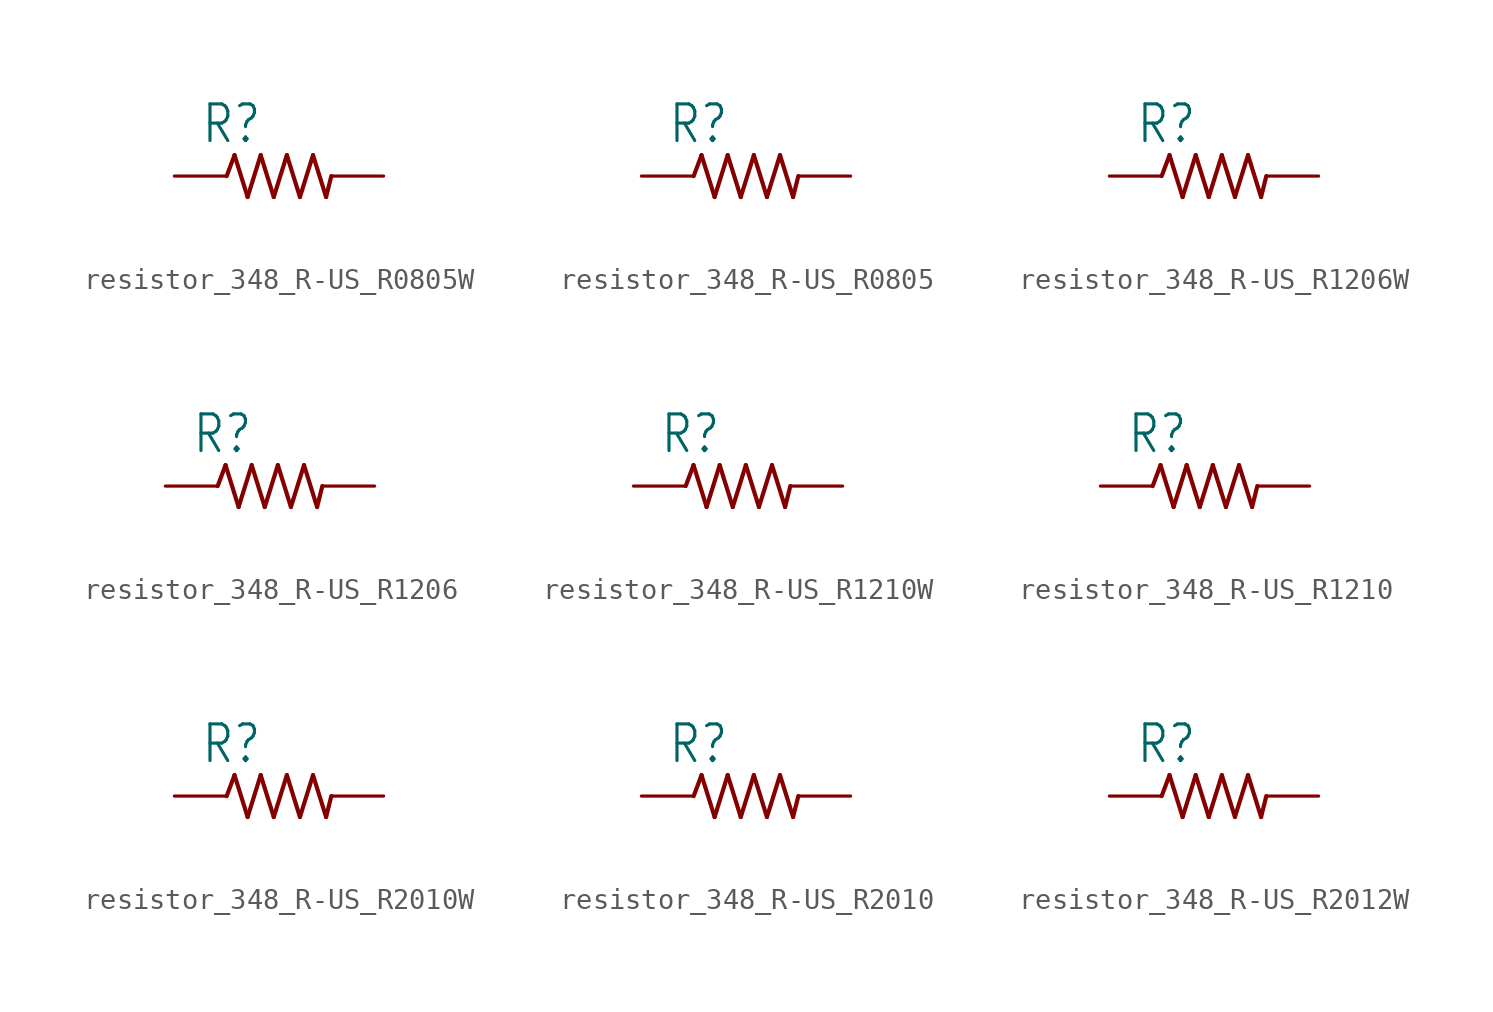
<source format=kicad_sym>
(kicad_symbol_lib
  (version 20241209)
  (generator "kicad_symbol_editor")
  (generator_version "9.0")
  (symbol "resistor_348_R-US_R0805W"
    (property "Reference" "R"
      (at -3.81 1.499 0)
      (effects (font (size 1.778 1.511)) (justify left bottom)))
    (property "Value" ""
      (at -3.81 -3.302 0)
      (effects (font (size 1.778 1.511)) (justify left bottom)))
    (property "ki_locked" ""
      (at 0 0 0)
      (effects (font (size 1.27 1.27))))
    (symbol "resistor_348_R-US_R0805W_1_0"
      (polyline (pts (xy -2.54 0) (xy -2.159 1.016)) (stroke (width 0.203) (type solid)) (fill (type none)))
      (polyline (pts (xy -2.159 1.016) (xy -1.524 -1.016)) (stroke (width 0.203) (type solid)) (fill (type none)))
      (polyline (pts (xy -1.524 -1.016) (xy -0.889 1.016)) (stroke (width 0.203) (type solid)) (fill (type none)))
      (polyline (pts (xy -0.889 1.016) (xy -0.254 -1.016)) (stroke (width 0.203) (type solid)) (fill (type none)))
      (polyline (pts (xy -0.254 -1.016) (xy 0.381 1.016)) (stroke (width 0.203) (type solid)) (fill (type none)))
      (polyline (pts (xy 0.381 1.016) (xy 1.016 -1.016)) (stroke (width 0.203) (type solid)) (fill (type none)))
      (polyline (pts (xy 1.016 -1.016) (xy 1.651 1.016)) (stroke (width 0.203) (type solid)) (fill (type none)))
      (polyline (pts (xy 1.651 1.016) (xy 2.286 -1.016)) (stroke (width 0.203) (type solid)) (fill (type none)))
      (polyline (pts (xy 2.286 -1.016) (xy 2.54 0)) (stroke (width 0.203) (type solid)) (fill (type none)))
      (pin passive line (at -5.08 0 0) (length 2.54) (name "1" (effects (font (size 0 0)))) (number "1" (effects (font (size 0 0)))))
      (pin passive line (at 5.08 0 180) (length 2.54) (name "2" (effects (font (size 0 0)))) (number "2" (effects (font (size 0 0)))))))
  (symbol "resistor_348_R-US_R0805"
    (property "Reference" "R"
      (at -3.81 1.499 0)
      (effects (font (size 1.778 1.511)) (justify left bottom)))
    (property "Value" ""
      (at -3.81 -3.302 0)
      (effects (font (size 1.778 1.511)) (justify left bottom)))
    (property "ki_locked" ""
      (at 0 0 0)
      (effects (font (size 1.27 1.27))))
    (symbol "resistor_348_R-US_R0805_1_0"
      (polyline (pts (xy -2.54 0) (xy -2.159 1.016)) (stroke (width 0.203) (type solid)) (fill (type none)))
      (polyline (pts (xy -2.159 1.016) (xy -1.524 -1.016)) (stroke (width 0.203) (type solid)) (fill (type none)))
      (polyline (pts (xy -1.524 -1.016) (xy -0.889 1.016)) (stroke (width 0.203) (type solid)) (fill (type none)))
      (polyline (pts (xy -0.889 1.016) (xy -0.254 -1.016)) (stroke (width 0.203) (type solid)) (fill (type none)))
      (polyline (pts (xy -0.254 -1.016) (xy 0.381 1.016)) (stroke (width 0.203) (type solid)) (fill (type none)))
      (polyline (pts (xy 0.381 1.016) (xy 1.016 -1.016)) (stroke (width 0.203) (type solid)) (fill (type none)))
      (polyline (pts (xy 1.016 -1.016) (xy 1.651 1.016)) (stroke (width 0.203) (type solid)) (fill (type none)))
      (polyline (pts (xy 1.651 1.016) (xy 2.286 -1.016)) (stroke (width 0.203) (type solid)) (fill (type none)))
      (polyline (pts (xy 2.286 -1.016) (xy 2.54 0)) (stroke (width 0.203) (type solid)) (fill (type none)))
      (pin passive line (at -5.08 0 0) (length 2.54) (name "1" (effects (font (size 0 0)))) (number "1" (effects (font (size 0 0)))))
      (pin passive line (at 5.08 0 180) (length 2.54) (name "2" (effects (font (size 0 0)))) (number "2" (effects (font (size 0 0)))))))
  (symbol "resistor_348_R-US_R1206W"
    (property "Reference" "R"
      (at -3.81 1.499 0)
      (effects (font (size 1.778 1.511)) (justify left bottom)))
    (property "Value" ""
      (at -3.81 -3.302 0)
      (effects (font (size 1.778 1.511)) (justify left bottom)))
    (property "ki_locked" ""
      (at 0 0 0)
      (effects (font (size 1.27 1.27))))
    (symbol "resistor_348_R-US_R1206W_1_0"
      (polyline (pts (xy -2.54 0) (xy -2.159 1.016)) (stroke (width 0.203) (type solid)) (fill (type none)))
      (polyline (pts (xy -2.159 1.016) (xy -1.524 -1.016)) (stroke (width 0.203) (type solid)) (fill (type none)))
      (polyline (pts (xy -1.524 -1.016) (xy -0.889 1.016)) (stroke (width 0.203) (type solid)) (fill (type none)))
      (polyline (pts (xy -0.889 1.016) (xy -0.254 -1.016)) (stroke (width 0.203) (type solid)) (fill (type none)))
      (polyline (pts (xy -0.254 -1.016) (xy 0.381 1.016)) (stroke (width 0.203) (type solid)) (fill (type none)))
      (polyline (pts (xy 0.381 1.016) (xy 1.016 -1.016)) (stroke (width 0.203) (type solid)) (fill (type none)))
      (polyline (pts (xy 1.016 -1.016) (xy 1.651 1.016)) (stroke (width 0.203) (type solid)) (fill (type none)))
      (polyline (pts (xy 1.651 1.016) (xy 2.286 -1.016)) (stroke (width 0.203) (type solid)) (fill (type none)))
      (polyline (pts (xy 2.286 -1.016) (xy 2.54 0)) (stroke (width 0.203) (type solid)) (fill (type none)))
      (pin passive line (at -5.08 0 0) (length 2.54) (name "1" (effects (font (size 0 0)))) (number "1" (effects (font (size 0 0)))))
      (pin passive line (at 5.08 0 180) (length 2.54) (name "2" (effects (font (size 0 0)))) (number "2" (effects (font (size 0 0)))))))
  (symbol "resistor_348_R-US_R1206"
    (property "Reference" "R"
      (at -3.81 1.499 0)
      (effects (font (size 1.778 1.511)) (justify left bottom)))
    (property "Value" ""
      (at -3.81 -3.302 0)
      (effects (font (size 1.778 1.511)) (justify left bottom)))
    (property "ki_locked" ""
      (at 0 0 0)
      (effects (font (size 1.27 1.27))))
    (symbol "resistor_348_R-US_R1206_1_0"
      (polyline (pts (xy -2.54 0) (xy -2.159 1.016)) (stroke (width 0.203) (type solid)) (fill (type none)))
      (polyline (pts (xy -2.159 1.016) (xy -1.524 -1.016)) (stroke (width 0.203) (type solid)) (fill (type none)))
      (polyline (pts (xy -1.524 -1.016) (xy -0.889 1.016)) (stroke (width 0.203) (type solid)) (fill (type none)))
      (polyline (pts (xy -0.889 1.016) (xy -0.254 -1.016)) (stroke (width 0.203) (type solid)) (fill (type none)))
      (polyline (pts (xy -0.254 -1.016) (xy 0.381 1.016)) (stroke (width 0.203) (type solid)) (fill (type none)))
      (polyline (pts (xy 0.381 1.016) (xy 1.016 -1.016)) (stroke (width 0.203) (type solid)) (fill (type none)))
      (polyline (pts (xy 1.016 -1.016) (xy 1.651 1.016)) (stroke (width 0.203) (type solid)) (fill (type none)))
      (polyline (pts (xy 1.651 1.016) (xy 2.286 -1.016)) (stroke (width 0.203) (type solid)) (fill (type none)))
      (polyline (pts (xy 2.286 -1.016) (xy 2.54 0)) (stroke (width 0.203) (type solid)) (fill (type none)))
      (pin passive line (at -5.08 0 0) (length 2.54) (name "1" (effects (font (size 0 0)))) (number "1" (effects (font (size 0 0)))))
      (pin passive line (at 5.08 0 180) (length 2.54) (name "2" (effects (font (size 0 0)))) (number "2" (effects (font (size 0 0)))))))
  (symbol "resistor_348_R-US_R1210W"
    (property "Reference" "R"
      (at -3.81 1.499 0)
      (effects (font (size 1.778 1.511)) (justify left bottom)))
    (property "Value" ""
      (at -3.81 -3.302 0)
      (effects (font (size 1.778 1.511)) (justify left bottom)))
    (property "ki_locked" ""
      (at 0 0 0)
      (effects (font (size 1.27 1.27))))
    (symbol "resistor_348_R-US_R1210W_1_0"
      (polyline (pts (xy -2.54 0) (xy -2.159 1.016)) (stroke (width 0.203) (type solid)) (fill (type none)))
      (polyline (pts (xy -2.159 1.016) (xy -1.524 -1.016)) (stroke (width 0.203) (type solid)) (fill (type none)))
      (polyline (pts (xy -1.524 -1.016) (xy -0.889 1.016)) (stroke (width 0.203) (type solid)) (fill (type none)))
      (polyline (pts (xy -0.889 1.016) (xy -0.254 -1.016)) (stroke (width 0.203) (type solid)) (fill (type none)))
      (polyline (pts (xy -0.254 -1.016) (xy 0.381 1.016)) (stroke (width 0.203) (type solid)) (fill (type none)))
      (polyline (pts (xy 0.381 1.016) (xy 1.016 -1.016)) (stroke (width 0.203) (type solid)) (fill (type none)))
      (polyline (pts (xy 1.016 -1.016) (xy 1.651 1.016)) (stroke (width 0.203) (type solid)) (fill (type none)))
      (polyline (pts (xy 1.651 1.016) (xy 2.286 -1.016)) (stroke (width 0.203) (type solid)) (fill (type none)))
      (polyline (pts (xy 2.286 -1.016) (xy 2.54 0)) (stroke (width 0.203) (type solid)) (fill (type none)))
      (pin passive line (at -5.08 0 0) (length 2.54) (name "1" (effects (font (size 0 0)))) (number "1" (effects (font (size 0 0)))))
      (pin passive line (at 5.08 0 180) (length 2.54) (name "2" (effects (font (size 0 0)))) (number "2" (effects (font (size 0 0)))))))
  (symbol "resistor_348_R-US_R1210"
    (property "Reference" "R"
      (at -3.81 1.499 0)
      (effects (font (size 1.778 1.511)) (justify left bottom)))
    (property "Value" ""
      (at -3.81 -3.302 0)
      (effects (font (size 1.778 1.511)) (justify left bottom)))
    (property "ki_locked" ""
      (at 0 0 0)
      (effects (font (size 1.27 1.27))))
    (symbol "resistor_348_R-US_R1210_1_0"
      (polyline (pts (xy -2.54 0) (xy -2.159 1.016)) (stroke (width 0.203) (type solid)) (fill (type none)))
      (polyline (pts (xy -2.159 1.016) (xy -1.524 -1.016)) (stroke (width 0.203) (type solid)) (fill (type none)))
      (polyline (pts (xy -1.524 -1.016) (xy -0.889 1.016)) (stroke (width 0.203) (type solid)) (fill (type none)))
      (polyline (pts (xy -0.889 1.016) (xy -0.254 -1.016)) (stroke (width 0.203) (type solid)) (fill (type none)))
      (polyline (pts (xy -0.254 -1.016) (xy 0.381 1.016)) (stroke (width 0.203) (type solid)) (fill (type none)))
      (polyline (pts (xy 0.381 1.016) (xy 1.016 -1.016)) (stroke (width 0.203) (type solid)) (fill (type none)))
      (polyline (pts (xy 1.016 -1.016) (xy 1.651 1.016)) (stroke (width 0.203) (type solid)) (fill (type none)))
      (polyline (pts (xy 1.651 1.016) (xy 2.286 -1.016)) (stroke (width 0.203) (type solid)) (fill (type none)))
      (polyline (pts (xy 2.286 -1.016) (xy 2.54 0)) (stroke (width 0.203) (type solid)) (fill (type none)))
      (pin passive line (at -5.08 0 0) (length 2.54) (name "1" (effects (font (size 0 0)))) (number "1" (effects (font (size 0 0)))))
      (pin passive line (at 5.08 0 180) (length 2.54) (name "2" (effects (font (size 0 0)))) (number "2" (effects (font (size 0 0)))))))
  (symbol "resistor_348_R-US_R2010W"
    (property "Reference" "R"
      (at -3.81 1.499 0)
      (effects (font (size 1.778 1.511)) (justify left bottom)))
    (property "Value" ""
      (at -3.81 -3.302 0)
      (effects (font (size 1.778 1.511)) (justify left bottom)))
    (property "ki_locked" ""
      (at 0 0 0)
      (effects (font (size 1.27 1.27))))
    (symbol "resistor_348_R-US_R2010W_1_0"
      (polyline (pts (xy -2.54 0) (xy -2.159 1.016)) (stroke (width 0.203) (type solid)) (fill (type none)))
      (polyline (pts (xy -2.159 1.016) (xy -1.524 -1.016)) (stroke (width 0.203) (type solid)) (fill (type none)))
      (polyline (pts (xy -1.524 -1.016) (xy -0.889 1.016)) (stroke (width 0.203) (type solid)) (fill (type none)))
      (polyline (pts (xy -0.889 1.016) (xy -0.254 -1.016)) (stroke (width 0.203) (type solid)) (fill (type none)))
      (polyline (pts (xy -0.254 -1.016) (xy 0.381 1.016)) (stroke (width 0.203) (type solid)) (fill (type none)))
      (polyline (pts (xy 0.381 1.016) (xy 1.016 -1.016)) (stroke (width 0.203) (type solid)) (fill (type none)))
      (polyline (pts (xy 1.016 -1.016) (xy 1.651 1.016)) (stroke (width 0.203) (type solid)) (fill (type none)))
      (polyline (pts (xy 1.651 1.016) (xy 2.286 -1.016)) (stroke (width 0.203) (type solid)) (fill (type none)))
      (polyline (pts (xy 2.286 -1.016) (xy 2.54 0)) (stroke (width 0.203) (type solid)) (fill (type none)))
      (pin passive line (at -5.08 0 0) (length 2.54) (name "1" (effects (font (size 0 0)))) (number "1" (effects (font (size 0 0)))))
      (pin passive line (at 5.08 0 180) (length 2.54) (name "2" (effects (font (size 0 0)))) (number "2" (effects (font (size 0 0)))))))
  (symbol "resistor_348_R-US_R2010"
    (property "Reference" "R"
      (at -3.81 1.499 0)
      (effects (font (size 1.778 1.511)) (justify left bottom)))
    (property "Value" ""
      (at -3.81 -3.302 0)
      (effects (font (size 1.778 1.511)) (justify left bottom)))
    (property "ki_locked" ""
      (at 0 0 0)
      (effects (font (size 1.27 1.27))))
    (symbol "resistor_348_R-US_R2010_1_0"
      (polyline (pts (xy -2.54 0) (xy -2.159 1.016)) (stroke (width 0.203) (type solid)) (fill (type none)))
      (polyline (pts (xy -2.159 1.016) (xy -1.524 -1.016)) (stroke (width 0.203) (type solid)) (fill (type none)))
      (polyline (pts (xy -1.524 -1.016) (xy -0.889 1.016)) (stroke (width 0.203) (type solid)) (fill (type none)))
      (polyline (pts (xy -0.889 1.016) (xy -0.254 -1.016)) (stroke (width 0.203) (type solid)) (fill (type none)))
      (polyline (pts (xy -0.254 -1.016) (xy 0.381 1.016)) (stroke (width 0.203) (type solid)) (fill (type none)))
      (polyline (pts (xy 0.381 1.016) (xy 1.016 -1.016)) (stroke (width 0.203) (type solid)) (fill (type none)))
      (polyline (pts (xy 1.016 -1.016) (xy 1.651 1.016)) (stroke (width 0.203) (type solid)) (fill (type none)))
      (polyline (pts (xy 1.651 1.016) (xy 2.286 -1.016)) (stroke (width 0.203) (type solid)) (fill (type none)))
      (polyline (pts (xy 2.286 -1.016) (xy 2.54 0)) (stroke (width 0.203) (type solid)) (fill (type none)))
      (pin passive line (at -5.08 0 0) (length 2.54) (name "1" (effects (font (size 0 0)))) (number "1" (effects (font (size 0 0)))))
      (pin passive line (at 5.08 0 180) (length 2.54) (name "2" (effects (font (size 0 0)))) (number "2" (effects (font (size 0 0)))))))
  (symbol "resistor_348_R-US_R2012W"
    (property "Reference" "R"
      (at -3.81 1.499 0)
      (effects (font (size 1.778 1.511)) (justify left bottom)))
    (property "Value" ""
      (at -3.81 -3.302 0)
      (effects (font (size 1.778 1.511)) (justify left bottom)))
    (property "ki_locked" ""
      (at 0 0 0)
      (effects (font (size 1.27 1.27))))
    (symbol "resistor_348_R-US_R2012W_1_0"
      (polyline (pts (xy -2.54 0) (xy -2.159 1.016)) (stroke (width 0.203) (type solid)) (fill (type none)))
      (polyline (pts (xy -2.159 1.016) (xy -1.524 -1.016)) (stroke (width 0.203) (type solid)) (fill (type none)))
      (polyline (pts (xy -1.524 -1.016) (xy -0.889 1.016)) (stroke (width 0.203) (type solid)) (fill (type none)))
      (polyline (pts (xy -0.889 1.016) (xy -0.254 -1.016)) (stroke (width 0.203) (type solid)) (fill (type none)))
      (polyline (pts (xy -0.254 -1.016) (xy 0.381 1.016)) (stroke (width 0.203) (type solid)) (fill (type none)))
      (polyline (pts (xy 0.381 1.016) (xy 1.016 -1.016)) (stroke (width 0.203) (type solid)) (fill (type none)))
      (polyline (pts (xy 1.016 -1.016) (xy 1.651 1.016)) (stroke (width 0.203) (type solid)) (fill (type none)))
      (polyline (pts (xy 1.651 1.016) (xy 2.286 -1.016)) (stroke (width 0.203) (type solid)) (fill (type none)))
      (polyline (pts (xy 2.286 -1.016) (xy 2.54 0)) (stroke (width 0.203) (type solid)) (fill (type none)))
      (pin passive line (at -5.08 0 0) (length 2.54) (name "1" (effects (font (size 0 0)))) (number "1" (effects (font (size 0 0)))))
      (pin passive line (at 5.08 0 180) (length 2.54) (name "2" (effects (font (size 0 0)))) (number "2" (effects (font (size 0 0))))))))
</source>
